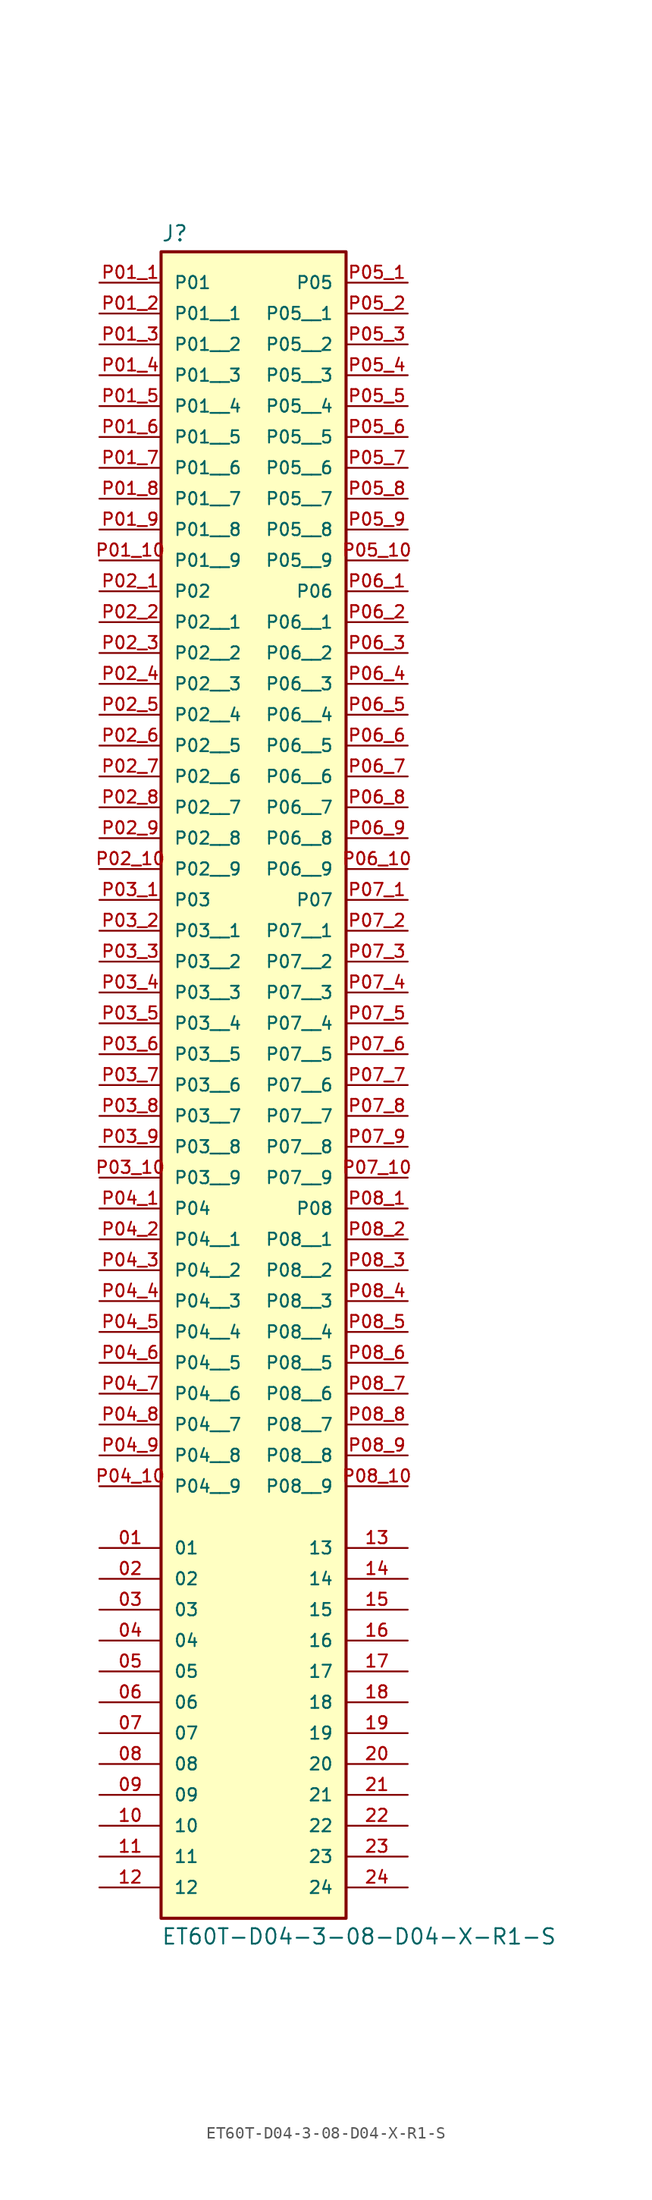
<source format=kicad_sym>
(kicad_symbol_lib
  (version 20211014)
  (generator kicad_symbol_editor)
  (symbol "ET60T-D04-3-08-D04-X-R1-S"
    (pin_names
      (offset 1.016))
    (property "Reference" "J"
      (at -7.62 23.622 0)
      (effects (font (size 1.27 1.27)) (justify bottom left)))
    (property "Value" "ET60T-D04-3-08-D04-X-R1-S"
      (at -7.62 -115.062 0)
      (effects (font (size 1.27 1.27)) (justify top left)))
    (symbol "ET60T-D04-3-08-D04-X-R1-S_0_0"
      (rectangle (start -7.62 -114.3) (end 7.62 22.86) (stroke (width 0.254)) (fill (type background)))
      (pin passive line (at -12.7 -83.82 0) (length 5.08) (name "01" (effects (font (size 1.016 1.016)))) (number "01" (effects (font (size 1.016 1.016)))))
      (pin passive line (at -12.7 -86.36 0) (length 5.08) (name "02" (effects (font (size 1.016 1.016)))) (number "02" (effects (font (size 1.016 1.016)))))
      (pin passive line (at -12.7 -88.9 0) (length 5.08) (name "03" (effects (font (size 1.016 1.016)))) (number "03" (effects (font (size 1.016 1.016)))))
      (pin passive line (at -12.7 -91.44 0) (length 5.08) (name "04" (effects (font (size 1.016 1.016)))) (number "04" (effects (font (size 1.016 1.016)))))
      (pin passive line (at -12.7 -93.98 0) (length 5.08) (name "05" (effects (font (size 1.016 1.016)))) (number "05" (effects (font (size 1.016 1.016)))))
      (pin passive line (at -12.7 -96.52 0) (length 5.08) (name "06" (effects (font (size 1.016 1.016)))) (number "06" (effects (font (size 1.016 1.016)))))
      (pin passive line (at -12.7 -99.06 0) (length 5.08) (name "07" (effects (font (size 1.016 1.016)))) (number "07" (effects (font (size 1.016 1.016)))))
      (pin passive line (at -12.7 -101.6 0) (length 5.08) (name "08" (effects (font (size 1.016 1.016)))) (number "08" (effects (font (size 1.016 1.016)))))
      (pin passive line (at -12.7 -104.14 0) (length 5.08) (name "09" (effects (font (size 1.016 1.016)))) (number "09" (effects (font (size 1.016 1.016)))))
      (pin passive line (at -12.7 -106.68 0) (length 5.08) (name "10" (effects (font (size 1.016 1.016)))) (number "10" (effects (font (size 1.016 1.016)))))
      (pin passive line (at -12.7 -109.22 0) (length 5.08) (name "11" (effects (font (size 1.016 1.016)))) (number "11" (effects (font (size 1.016 1.016)))))
      (pin passive line (at -12.7 -111.76 0) (length 5.08) (name "12" (effects (font (size 1.016 1.016)))) (number "12" (effects (font (size 1.016 1.016)))))
      (pin passive line (at 12.7 -83.82 180.0) (length 5.08) (name "13" (effects (font (size 1.016 1.016)))) (number "13" (effects (font (size 1.016 1.016)))))
      (pin passive line (at 12.7 -86.36 180.0) (length 5.08) (name "14" (effects (font (size 1.016 1.016)))) (number "14" (effects (font (size 1.016 1.016)))))
      (pin passive line (at 12.7 -88.9 180.0) (length 5.08) (name "15" (effects (font (size 1.016 1.016)))) (number "15" (effects (font (size 1.016 1.016)))))
      (pin power_in line (at -12.7 20.32 0) (length 5.08) (name "P01" (effects (font (size 1.016 1.016)))) (number "P01_1" (effects (font (size 1.016 1.016)))))
      (pin power_in line (at -12.7 -5.08 0) (length 5.08) (name "P02" (effects (font (size 1.016 1.016)))) (number "P02_1" (effects (font (size 1.016 1.016)))))
      (pin power_in line (at -12.7 -30.48 0) (length 5.08) (name "P03" (effects (font (size 1.016 1.016)))) (number "P03_1" (effects (font (size 1.016 1.016)))))
      (pin power_in line (at -12.7 -55.88 0) (length 5.08) (name "P04" (effects (font (size 1.016 1.016)))) (number "P04_1" (effects (font (size 1.016 1.016)))))
      (pin passive line (at 12.7 -91.44 180.0) (length 5.08) (name "16" (effects (font (size 1.016 1.016)))) (number "16" (effects (font (size 1.016 1.016)))))
      (pin passive line (at 12.7 -93.98 180.0) (length 5.08) (name "17" (effects (font (size 1.016 1.016)))) (number "17" (effects (font (size 1.016 1.016)))))
      (pin passive line (at 12.7 -96.52 180.0) (length 5.08) (name "18" (effects (font (size 1.016 1.016)))) (number "18" (effects (font (size 1.016 1.016)))))
      (pin passive line (at 12.7 -99.06 180.0) (length 5.08) (name "19" (effects (font (size 1.016 1.016)))) (number "19" (effects (font (size 1.016 1.016)))))
      (pin passive line (at 12.7 -101.6 180.0) (length 5.08) (name "20" (effects (font (size 1.016 1.016)))) (number "20" (effects (font (size 1.016 1.016)))))
      (pin passive line (at 12.7 -104.14 180.0) (length 5.08) (name "21" (effects (font (size 1.016 1.016)))) (number "21" (effects (font (size 1.016 1.016)))))
      (pin passive line (at 12.7 -106.68 180.0) (length 5.08) (name "22" (effects (font (size 1.016 1.016)))) (number "22" (effects (font (size 1.016 1.016)))))
      (pin passive line (at 12.7 -109.22 180.0) (length 5.08) (name "23" (effects (font (size 1.016 1.016)))) (number "23" (effects (font (size 1.016 1.016)))))
      (pin passive line (at 12.7 -111.76 180.0) (length 5.08) (name "24" (effects (font (size 1.016 1.016)))) (number "24" (effects (font (size 1.016 1.016)))))
      (pin power_in line (at 12.7 20.32 180.0) (length 5.08) (name "P05" (effects (font (size 1.016 1.016)))) (number "P05_1" (effects (font (size 1.016 1.016)))))
      (pin power_in line (at 12.7 -5.08 180.0) (length 5.08) (name "P06" (effects (font (size 1.016 1.016)))) (number "P06_1" (effects (font (size 1.016 1.016)))))
      (pin power_in line (at 12.7 -30.48 180.0) (length 5.08) (name "P07" (effects (font (size 1.016 1.016)))) (number "P07_1" (effects (font (size 1.016 1.016)))))
      (pin power_in line (at 12.7 -55.88 180.0) (length 5.08) (name "P08" (effects (font (size 1.016 1.016)))) (number "P08_1" (effects (font (size 1.016 1.016)))))
      (pin power_in line (at -12.7 17.78 0) (length 5.08) (name "P01__1" (effects (font (size 1.016 1.016)))) (number "P01_2" (effects (font (size 1.016 1.016)))))
      (pin power_in line (at -12.7 15.24 0) (length 5.08) (name "P01__2" (effects (font (size 1.016 1.016)))) (number "P01_3" (effects (font (size 1.016 1.016)))))
      (pin power_in line (at -12.7 12.7 0) (length 5.08) (name "P01__3" (effects (font (size 1.016 1.016)))) (number "P01_4" (effects (font (size 1.016 1.016)))))
      (pin power_in line (at -12.7 10.16 0) (length 5.08) (name "P01__4" (effects (font (size 1.016 1.016)))) (number "P01_5" (effects (font (size 1.016 1.016)))))
      (pin power_in line (at -12.7 7.62 0) (length 5.08) (name "P01__5" (effects (font (size 1.016 1.016)))) (number "P01_6" (effects (font (size 1.016 1.016)))))
      (pin power_in line (at -12.7 5.08 0) (length 5.08) (name "P01__6" (effects (font (size 1.016 1.016)))) (number "P01_7" (effects (font (size 1.016 1.016)))))
      (pin power_in line (at -12.7 2.54 0) (length 5.08) (name "P01__7" (effects (font (size 1.016 1.016)))) (number "P01_8" (effects (font (size 1.016 1.016)))))
      (pin power_in line (at -12.7 0.0 0) (length 5.08) (name "P01__8" (effects (font (size 1.016 1.016)))) (number "P01_9" (effects (font (size 1.016 1.016)))))
      (pin power_in line (at -12.7 -2.54 0) (length 5.08) (name "P01__9" (effects (font (size 1.016 1.016)))) (number "P01_10" (effects (font (size 1.016 1.016)))))
      (pin power_in line (at -12.7 -7.62 0) (length 5.08) (name "P02__1" (effects (font (size 1.016 1.016)))) (number "P02_2" (effects (font (size 1.016 1.016)))))
      (pin power_in line (at -12.7 -10.16 0) (length 5.08) (name "P02__2" (effects (font (size 1.016 1.016)))) (number "P02_3" (effects (font (size 1.016 1.016)))))
      (pin power_in line (at -12.7 -12.7 0) (length 5.08) (name "P02__3" (effects (font (size 1.016 1.016)))) (number "P02_4" (effects (font (size 1.016 1.016)))))
      (pin power_in line (at -12.7 -15.24 0) (length 5.08) (name "P02__4" (effects (font (size 1.016 1.016)))) (number "P02_5" (effects (font (size 1.016 1.016)))))
      (pin power_in line (at -12.7 -17.78 0) (length 5.08) (name "P02__5" (effects (font (size 1.016 1.016)))) (number "P02_6" (effects (font (size 1.016 1.016)))))
      (pin power_in line (at -12.7 -20.32 0) (length 5.08) (name "P02__6" (effects (font (size 1.016 1.016)))) (number "P02_7" (effects (font (size 1.016 1.016)))))
      (pin power_in line (at -12.7 -22.86 0) (length 5.08) (name "P02__7" (effects (font (size 1.016 1.016)))) (number "P02_8" (effects (font (size 1.016 1.016)))))
      (pin power_in line (at -12.7 -25.4 0) (length 5.08) (name "P02__8" (effects (font (size 1.016 1.016)))) (number "P02_9" (effects (font (size 1.016 1.016)))))
      (pin power_in line (at -12.7 -27.94 0) (length 5.08) (name "P02__9" (effects (font (size 1.016 1.016)))) (number "P02_10" (effects (font (size 1.016 1.016)))))
      (pin power_in line (at -12.7 -33.02 0) (length 5.08) (name "P03__1" (effects (font (size 1.016 1.016)))) (number "P03_2" (effects (font (size 1.016 1.016)))))
      (pin power_in line (at -12.7 -35.56 0) (length 5.08) (name "P03__2" (effects (font (size 1.016 1.016)))) (number "P03_3" (effects (font (size 1.016 1.016)))))
      (pin power_in line (at -12.7 -38.1 0) (length 5.08) (name "P03__3" (effects (font (size 1.016 1.016)))) (number "P03_4" (effects (font (size 1.016 1.016)))))
      (pin power_in line (at -12.7 -40.64 0) (length 5.08) (name "P03__4" (effects (font (size 1.016 1.016)))) (number "P03_5" (effects (font (size 1.016 1.016)))))
      (pin power_in line (at -12.7 -43.18 0) (length 5.08) (name "P03__5" (effects (font (size 1.016 1.016)))) (number "P03_6" (effects (font (size 1.016 1.016)))))
      (pin power_in line (at -12.7 -45.72 0) (length 5.08) (name "P03__6" (effects (font (size 1.016 1.016)))) (number "P03_7" (effects (font (size 1.016 1.016)))))
      (pin power_in line (at -12.7 -48.26 0) (length 5.08) (name "P03__7" (effects (font (size 1.016 1.016)))) (number "P03_8" (effects (font (size 1.016 1.016)))))
      (pin power_in line (at -12.7 -50.8 0) (length 5.08) (name "P03__8" (effects (font (size 1.016 1.016)))) (number "P03_9" (effects (font (size 1.016 1.016)))))
      (pin power_in line (at -12.7 -53.34 0) (length 5.08) (name "P03__9" (effects (font (size 1.016 1.016)))) (number "P03_10" (effects (font (size 1.016 1.016)))))
      (pin power_in line (at -12.7 -58.42 0) (length 5.08) (name "P04__1" (effects (font (size 1.016 1.016)))) (number "P04_2" (effects (font (size 1.016 1.016)))))
      (pin power_in line (at -12.7 -60.96 0) (length 5.08) (name "P04__2" (effects (font (size 1.016 1.016)))) (number "P04_3" (effects (font (size 1.016 1.016)))))
      (pin power_in line (at -12.7 -63.5 0) (length 5.08) (name "P04__3" (effects (font (size 1.016 1.016)))) (number "P04_4" (effects (font (size 1.016 1.016)))))
      (pin power_in line (at -12.7 -66.04 0) (length 5.08) (name "P04__4" (effects (font (size 1.016 1.016)))) (number "P04_5" (effects (font (size 1.016 1.016)))))
      (pin power_in line (at -12.7 -68.58 0) (length 5.08) (name "P04__5" (effects (font (size 1.016 1.016)))) (number "P04_6" (effects (font (size 1.016 1.016)))))
      (pin power_in line (at -12.7 -71.12 0) (length 5.08) (name "P04__6" (effects (font (size 1.016 1.016)))) (number "P04_7" (effects (font (size 1.016 1.016)))))
      (pin power_in line (at -12.7 -73.66 0) (length 5.08) (name "P04__7" (effects (font (size 1.016 1.016)))) (number "P04_8" (effects (font (size 1.016 1.016)))))
      (pin power_in line (at -12.7 -76.2 0) (length 5.08) (name "P04__8" (effects (font (size 1.016 1.016)))) (number "P04_9" (effects (font (size 1.016 1.016)))))
      (pin power_in line (at -12.7 -78.74 0) (length 5.08) (name "P04__9" (effects (font (size 1.016 1.016)))) (number "P04_10" (effects (font (size 1.016 1.016)))))
      (pin power_in line (at 12.7 17.78 180.0) (length 5.08) (name "P05__1" (effects (font (size 1.016 1.016)))) (number "P05_2" (effects (font (size 1.016 1.016)))))
      (pin power_in line (at 12.7 15.24 180.0) (length 5.08) (name "P05__2" (effects (font (size 1.016 1.016)))) (number "P05_3" (effects (font (size 1.016 1.016)))))
      (pin power_in line (at 12.7 12.7 180.0) (length 5.08) (name "P05__3" (effects (font (size 1.016 1.016)))) (number "P05_4" (effects (font (size 1.016 1.016)))))
      (pin power_in line (at 12.7 10.16 180.0) (length 5.08) (name "P05__4" (effects (font (size 1.016 1.016)))) (number "P05_5" (effects (font (size 1.016 1.016)))))
      (pin power_in line (at 12.7 7.62 180.0) (length 5.08) (name "P05__5" (effects (font (size 1.016 1.016)))) (number "P05_6" (effects (font (size 1.016 1.016)))))
      (pin power_in line (at 12.7 5.08 180.0) (length 5.08) (name "P05__6" (effects (font (size 1.016 1.016)))) (number "P05_7" (effects (font (size 1.016 1.016)))))
      (pin power_in line (at 12.7 2.54 180.0) (length 5.08) (name "P05__7" (effects (font (size 1.016 1.016)))) (number "P05_8" (effects (font (size 1.016 1.016)))))
      (pin power_in line (at 12.7 0.0 180.0) (length 5.08) (name "P05__8" (effects (font (size 1.016 1.016)))) (number "P05_9" (effects (font (size 1.016 1.016)))))
      (pin power_in line (at 12.7 -2.54 180.0) (length 5.08) (name "P05__9" (effects (font (size 1.016 1.016)))) (number "P05_10" (effects (font (size 1.016 1.016)))))
      (pin power_in line (at 12.7 -7.62 180.0) (length 5.08) (name "P06__1" (effects (font (size 1.016 1.016)))) (number "P06_2" (effects (font (size 1.016 1.016)))))
      (pin power_in line (at 12.7 -10.16 180.0) (length 5.08) (name "P06__2" (effects (font (size 1.016 1.016)))) (number "P06_3" (effects (font (size 1.016 1.016)))))
      (pin power_in line (at 12.7 -12.7 180.0) (length 5.08) (name "P06__3" (effects (font (size 1.016 1.016)))) (number "P06_4" (effects (font (size 1.016 1.016)))))
      (pin power_in line (at 12.7 -15.24 180.0) (length 5.08) (name "P06__4" (effects (font (size 1.016 1.016)))) (number "P06_5" (effects (font (size 1.016 1.016)))))
      (pin power_in line (at 12.7 -17.78 180.0) (length 5.08) (name "P06__5" (effects (font (size 1.016 1.016)))) (number "P06_6" (effects (font (size 1.016 1.016)))))
      (pin power_in line (at 12.7 -20.32 180.0) (length 5.08) (name "P06__6" (effects (font (size 1.016 1.016)))) (number "P06_7" (effects (font (size 1.016 1.016)))))
      (pin power_in line (at 12.7 -22.86 180.0) (length 5.08) (name "P06__7" (effects (font (size 1.016 1.016)))) (number "P06_8" (effects (font (size 1.016 1.016)))))
      (pin power_in line (at 12.7 -25.4 180.0) (length 5.08) (name "P06__8" (effects (font (size 1.016 1.016)))) (number "P06_9" (effects (font (size 1.016 1.016)))))
      (pin power_in line (at 12.7 -27.94 180.0) (length 5.08) (name "P06__9" (effects (font (size 1.016 1.016)))) (number "P06_10" (effects (font (size 1.016 1.016)))))
      (pin power_in line (at 12.7 -33.02 180.0) (length 5.08) (name "P07__1" (effects (font (size 1.016 1.016)))) (number "P07_2" (effects (font (size 1.016 1.016)))))
      (pin power_in line (at 12.7 -35.56 180.0) (length 5.08) (name "P07__2" (effects (font (size 1.016 1.016)))) (number "P07_3" (effects (font (size 1.016 1.016)))))
      (pin power_in line (at 12.7 -38.1 180.0) (length 5.08) (name "P07__3" (effects (font (size 1.016 1.016)))) (number "P07_4" (effects (font (size 1.016 1.016)))))
      (pin power_in line (at 12.7 -40.64 180.0) (length 5.08) (name "P07__4" (effects (font (size 1.016 1.016)))) (number "P07_5" (effects (font (size 1.016 1.016)))))
      (pin power_in line (at 12.7 -43.18 180.0) (length 5.08) (name "P07__5" (effects (font (size 1.016 1.016)))) (number "P07_6" (effects (font (size 1.016 1.016)))))
      (pin power_in line (at 12.7 -45.72 180.0) (length 5.08) (name "P07__6" (effects (font (size 1.016 1.016)))) (number "P07_7" (effects (font (size 1.016 1.016)))))
      (pin power_in line (at 12.7 -48.26 180.0) (length 5.08) (name "P07__7" (effects (font (size 1.016 1.016)))) (number "P07_8" (effects (font (size 1.016 1.016)))))
      (pin power_in line (at 12.7 -50.8 180.0) (length 5.08) (name "P07__8" (effects (font (size 1.016 1.016)))) (number "P07_9" (effects (font (size 1.016 1.016)))))
      (pin power_in line (at 12.7 -53.34 180.0) (length 5.08) (name "P07__9" (effects (font (size 1.016 1.016)))) (number "P07_10" (effects (font (size 1.016 1.016)))))
      (pin power_in line (at 12.7 -58.42 180.0) (length 5.08) (name "P08__1" (effects (font (size 1.016 1.016)))) (number "P08_2" (effects (font (size 1.016 1.016)))))
      (pin power_in line (at 12.7 -60.96 180.0) (length 5.08) (name "P08__2" (effects (font (size 1.016 1.016)))) (number "P08_3" (effects (font (size 1.016 1.016)))))
      (pin power_in line (at 12.7 -63.5 180.0) (length 5.08) (name "P08__3" (effects (font (size 1.016 1.016)))) (number "P08_4" (effects (font (size 1.016 1.016)))))
      (pin power_in line (at 12.7 -66.04 180.0) (length 5.08) (name "P08__4" (effects (font (size 1.016 1.016)))) (number "P08_5" (effects (font (size 1.016 1.016)))))
      (pin power_in line (at 12.7 -68.58 180.0) (length 5.08) (name "P08__5" (effects (font (size 1.016 1.016)))) (number "P08_6" (effects (font (size 1.016 1.016)))))
      (pin power_in line (at 12.7 -71.12 180.0) (length 5.08) (name "P08__6" (effects (font (size 1.016 1.016)))) (number "P08_7" (effects (font (size 1.016 1.016)))))
      (pin power_in line (at 12.7 -73.66 180.0) (length 5.08) (name "P08__7" (effects (font (size 1.016 1.016)))) (number "P08_8" (effects (font (size 1.016 1.016)))))
      (pin power_in line (at 12.7 -76.2 180.0) (length 5.08) (name "P08__8" (effects (font (size 1.016 1.016)))) (number "P08_9" (effects (font (size 1.016 1.016)))))
      (pin power_in line (at 12.7 -78.74 180.0) (length 5.08) (name "P08__9" (effects (font (size 1.016 1.016)))) (number "P08_10" (effects (font (size 1.016 1.016))))))))
</source>
